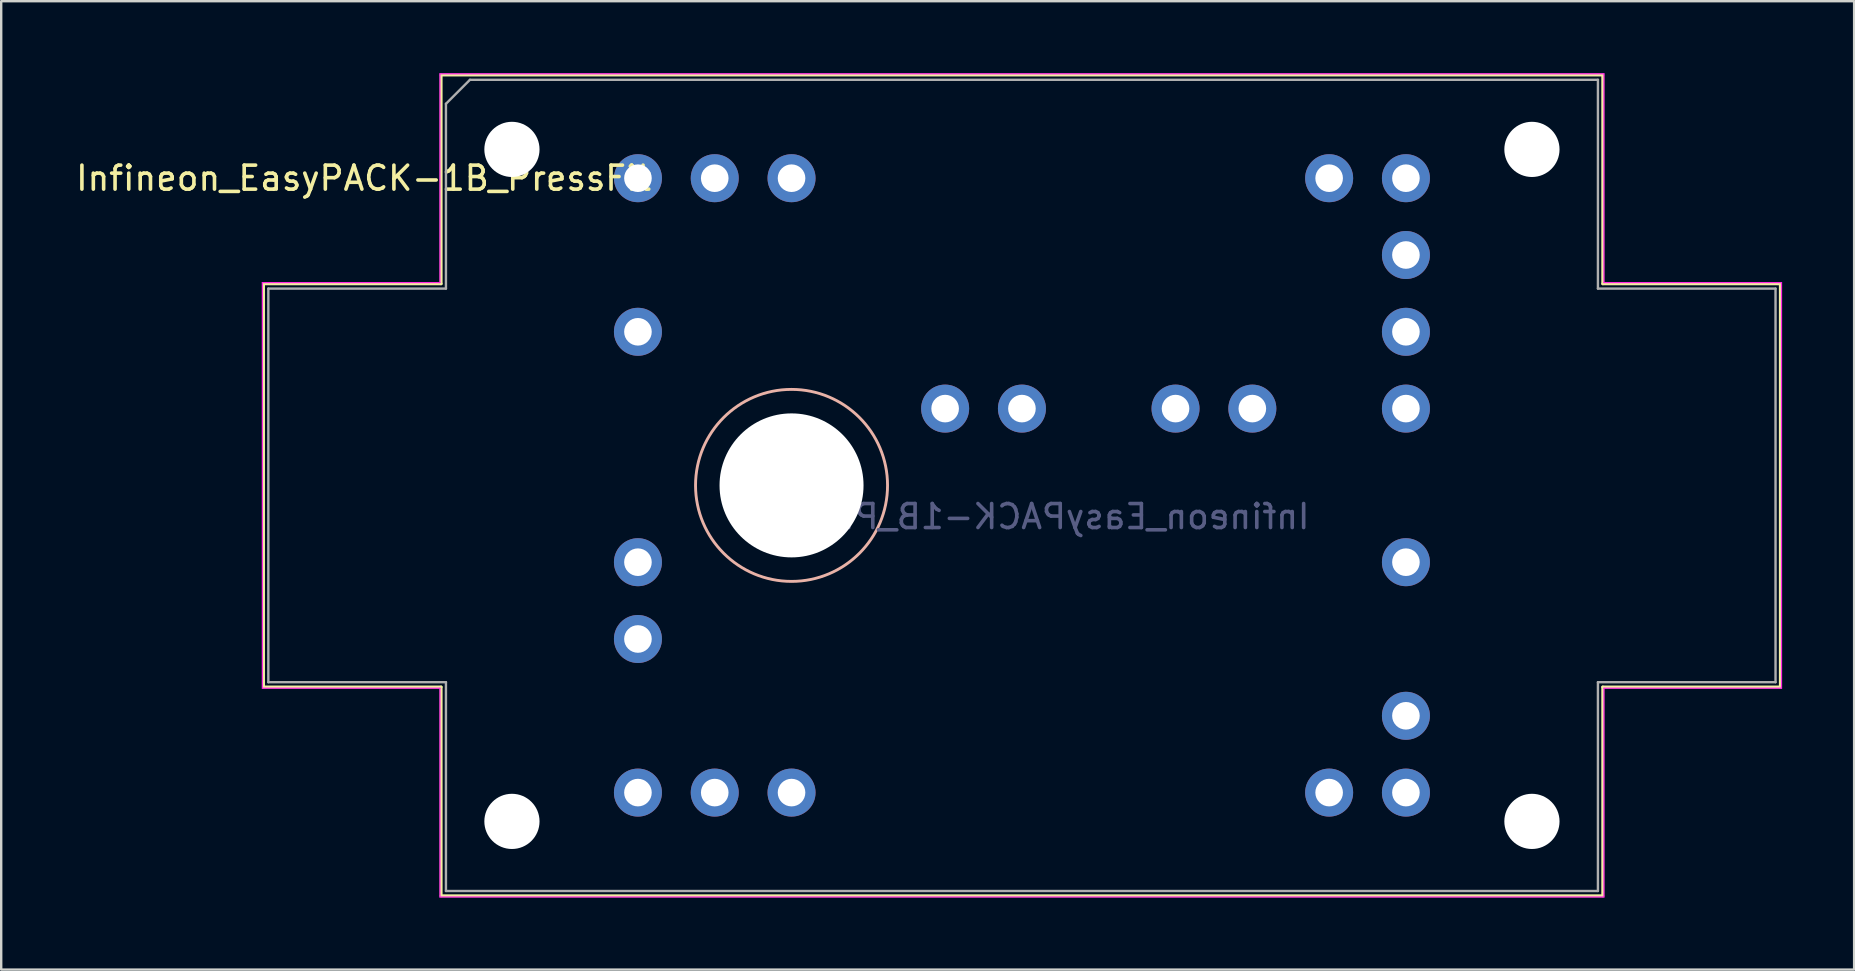
<source format=kicad_pcb>
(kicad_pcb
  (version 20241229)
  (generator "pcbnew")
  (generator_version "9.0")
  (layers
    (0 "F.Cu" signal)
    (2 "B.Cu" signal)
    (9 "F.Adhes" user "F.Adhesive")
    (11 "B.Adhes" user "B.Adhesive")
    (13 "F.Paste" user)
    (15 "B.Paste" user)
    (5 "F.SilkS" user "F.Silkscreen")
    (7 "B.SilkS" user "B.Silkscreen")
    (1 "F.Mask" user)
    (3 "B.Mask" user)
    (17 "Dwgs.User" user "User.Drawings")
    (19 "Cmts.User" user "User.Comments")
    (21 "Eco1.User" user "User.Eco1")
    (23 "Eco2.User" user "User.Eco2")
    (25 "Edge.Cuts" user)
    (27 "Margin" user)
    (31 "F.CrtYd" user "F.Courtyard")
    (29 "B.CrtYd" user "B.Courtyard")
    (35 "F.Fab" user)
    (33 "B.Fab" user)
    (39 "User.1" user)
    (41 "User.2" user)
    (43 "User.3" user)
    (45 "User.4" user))
  (footprint "Infineon_EasyPACK-1B_PressFit"
    (layer "F.Cu")
    (at 23.531 4.375)
    (property "Reference" "Infineon_EasyPACK-1B_PressFit" (at -11.43 0 0) (layer "F.SilkS") (effects (font (size 1 1) (thickness 0.15))))
    (attr through_hole)
    (fp_line (start -15.6 4.4) (end -8.2 4.4) (stroke (width 0.12) (type solid)) (layer "F.SilkS"))
    (fp_line (start -15.6 21.2) (end -15.6 4.4) (stroke (width 0.12) (type solid)) (layer "F.SilkS"))
    (fp_line (start -8.2 -4.3) (end 40.2 -4.3) (stroke (width 0.12) (type solid)) (layer "F.SilkS"))
    (fp_line (start -8.2 4.4) (end -8.2 -4.3) (stroke (width 0.12) (type solid)) (layer "F.SilkS"))
    (fp_line (start -8.2 21.2) (end -15.6 21.2) (stroke (width 0.12) (type solid)) (layer "F.SilkS"))
    (fp_line (start -8.2 29.9) (end -8.2 21.2) (stroke (width 0.12) (type solid)) (layer "F.SilkS"))
    (fp_line (start 40.2 -4.3) (end 40.2 4.4) (stroke (width 0.12) (type solid)) (layer "F.SilkS"))
    (fp_line (start 40.2 4.4) (end 47.6 4.4) (stroke (width 0.12) (type solid)) (layer "F.SilkS"))
    (fp_line (start 40.2 21.2) (end 40.2 29.9) (stroke (width 0.12) (type solid)) (layer "F.SilkS"))
    (fp_line (start 40.2 29.9) (end -8.2 29.9) (stroke (width 0.12) (type solid)) (layer "F.SilkS"))
    (fp_line (start 47.6 4.4) (end 47.6 21.2) (stroke (width 0.12) (type solid)) (layer "F.SilkS"))
    (fp_line (start 47.6 21.2) (end 40.2 21.2) (stroke (width 0.12) (type solid)) (layer "F.SilkS"))
    (fp_circle (center 6.4 12.8) (end 10.4 12.8) (stroke (width 0.12) (type solid)) (fill no) (layer "B.SilkS"))
    (fp_line (start -15.65 21.25) (end -15.65 4.35) (stroke (width 0.05) (type solid)) (layer "F.CrtYd"))
    (fp_line (start -8.25 -4.35) (end -8.25 4.35) (stroke (width 0.05) (type solid)) (layer "F.CrtYd"))
    (fp_line (start -8.25 4.35) (end -15.65 4.35) (stroke (width 0.05) (type solid)) (layer "F.CrtYd"))
    (fp_line (start -8.25 21.25) (end -15.65 21.25) (stroke (width 0.05) (type solid)) (layer "F.CrtYd"))
    (fp_line (start -8.25 29.95) (end -8.25 21.25) (stroke (width 0.05) (type solid)) (layer "F.CrtYd"))
    (fp_line (start -8.25 29.95) (end 40.25 29.95) (stroke (width 0.05) (type solid)) (layer "F.CrtYd"))
    (fp_line (start 40.25 -4.35) (end -8.25 -4.35) (stroke (width 0.05) (type solid)) (layer "F.CrtYd"))
    (fp_line (start 40.25 -4.35) (end 40.25 4.35) (stroke (width 0.05) (type solid)) (layer "F.CrtYd"))
    (fp_line (start 40.25 4.35) (end 47.65 4.35) (stroke (width 0.05) (type solid)) (layer "F.CrtYd"))
    (fp_line (start 40.25 21.25) (end 40.25 29.95) (stroke (width 0.05) (type solid)) (layer "F.CrtYd"))
    (fp_line (start 47.65 4.35) (end 47.65 21.25) (stroke (width 0.05) (type solid)) (layer "F.CrtYd"))
    (fp_line (start 47.65 21.25) (end 40.25 21.25) (stroke (width 0.05) (type solid)) (layer "F.CrtYd"))
    (fp_line (start -15.4 4.6) (end -8 4.6) (stroke (width 0.1) (type solid)) (layer "F.Fab"))
    (fp_line (start -15.4 21) (end -15.4 4.6) (stroke (width 0.1) (type solid)) (layer "F.Fab"))
    (fp_line (start -15.4 21) (end -8 21) (stroke (width 0.1) (type solid)) (layer "F.Fab"))
    (fp_line (start -8 4.6) (end -8 -3.1) (stroke (width 0.1) (type solid)) (layer "F.Fab"))
    (fp_line (start -8 21) (end -8 29.7) (stroke (width 0.1) (type solid)) (layer "F.Fab"))
    (fp_line (start -8 29.7) (end 40 29.7) (stroke (width 0.1) (type solid)) (layer "F.Fab"))
    (fp_line (start -7 -4.1) (end -8 -3.1) (stroke (width 0.1) (type solid)) (layer "F.Fab"))
    (fp_line (start 40 -4.1) (end -7 -4.1) (stroke (width 0.1) (type solid)) (layer "F.Fab"))
    (fp_line (start 40 4.6) (end 40 -4.1) (stroke (width 0.1) (type solid)) (layer "F.Fab"))
    (fp_line (start 40 21) (end 40 29.7) (stroke (width 0.1) (type solid)) (layer "F.Fab"))
    (fp_line (start 47.4 4.6) (end 40 4.6) (stroke (width 0.1) (type solid)) (layer "F.Fab"))
    (fp_line (start 47.4 21) (end 40 21) (stroke (width 0.1) (type solid)) (layer "F.Fab"))
    (fp_line (start 47.4 21) (end 47.4 4.6) (stroke (width 0.1) (type solid)) (layer "F.Fab"))
    (fp_text user "${REFERENCE}" (at 16 14.1 0) (layer "B.Fab") (effects (font (size 1 1) (thickness 0.15)) (justify mirror)))
    (pad "" np_thru_hole circle (at -5.25 -1.2 180) (size 2.3 2.3) (drill 2.3) (layers "*.Cu" "*.Mask"))
    (pad "" np_thru_hole circle (at -5.25 26.8 180) (size 2.3 2.3) (drill 2.3) (layers "*.Cu" "*.Mask"))
    (pad "" np_thru_hole circle (at 6.4 12.8 180) (size 6 6) (drill 6) (layers "*.Cu" "*.Mask"))
    (pad "" np_thru_hole circle (at 37.25 -1.2 180) (size 2.3 2.3) (drill 2.3) (layers "*.Cu" "*.Mask"))
    (pad "" np_thru_hole circle (at 37.25 26.8 180) (size 2.3 2.3) (drill 2.3) (layers "*.Cu" "*.Mask"))
    (pad "EU" thru_hole circle (at 32 0 180) (size 2 2) (drill 1.15) (layers "*.Cu" "*.Mask"))
    (pad "EU" thru_hole circle (at 32 3.2 180) (size 2 2) (drill 1.15) (layers "*.Cu" "*.Mask"))
    (pad "EV" thru_hole circle (at 32 6.4 180) (size 2 2) (drill 1.15) (layers "*.Cu" "*.Mask"))
    (pad "EV" thru_hole circle (at 32 9.6 180) (size 2 2) (drill 1.15) (layers "*.Cu" "*.Mask"))
    (pad "EW" thru_hole circle (at 32 22.4 180) (size 2 2) (drill 1.15) (layers "*.Cu" "*.Mask"))
    (pad "EW" thru_hole circle (at 32 25.6 180) (size 2 2) (drill 1.15) (layers "*.Cu" "*.Mask"))
    (pad "G1" thru_hole circle (at 0 0 180) (size 2 2) (drill 1.15) (layers "*.Cu" "*.Mask"))
    (pad "G2" thru_hole circle (at 28.8 0 180) (size 2 2) (drill 1.15) (layers "*.Cu" "*.Mask"))
    (pad "G3" thru_hole circle (at 0 6.4 180) (size 2 2) (drill 1.15) (layers "*.Cu" "*.Mask"))
    (pad "G4" thru_hole circle (at 32 16 180) (size 2 2) (drill 1.15) (layers "*.Cu" "*.Mask"))
    (pad "G5" thru_hole circle (at 0 25.6 180) (size 2 2) (drill 1.15) (layers "*.Cu" "*.Mask"))
    (pad "G6" thru_hole circle (at 28.8 25.6 180) (size 2 2) (drill 1.15) (layers "*.Cu" "*.Mask"))
    (pad "P" thru_hole circle (at 12.8 9.6 180) (size 2 2) (drill 1.15) (layers "*.Cu" "*.Mask"))
    (pad "P" thru_hole circle (at 16 9.6 180) (size 2 2) (drill 1.15) (layers "*.Cu" "*.Mask"))
    (pad "T1" thru_hole circle (at 22.4 9.6 180) (size 2 2) (drill 1.15) (layers "*.Cu" "*.Mask"))
    (pad "T2" thru_hole circle (at 25.6 9.6 180) (size 2 2) (drill 1.15) (layers "*.Cu" "*.Mask"))
    (pad "U" thru_hole circle (at 3.2 0 180) (size 2 2) (drill 1.15) (layers "*.Cu" "*.Mask"))
    (pad "U" thru_hole circle (at 6.4 0 180) (size 2 2) (drill 1.15) (layers "*.Cu" "*.Mask"))
    (pad "V" thru_hole circle (at 0 16 180) (size 2 2) (drill 1.15) (layers "*.Cu" "*.Mask"))
    (pad "V" thru_hole circle (at 0 19.2 180) (size 2 2) (drill 1.15) (layers "*.Cu" "*.Mask"))
    (pad "W" thru_hole circle (at 3.2 25.6 180) (size 2 2) (drill 1.15) (layers "*.Cu" "*.Mask"))
    (pad "W" thru_hole circle (at 6.4 25.6 180) (size 2 2) (drill 1.15) (layers "*.Cu" "*.Mask"))
    (zone (net_name "") (layers "F.Cu" "B.Cu") (name "MH") (hatch full 0.508) (connect_pads) (min_thickness 0.254) (filled_areas_thickness no) (keepout (tracks not_allowed) (vias not_allowed) (pads not_allowed) (copperpour not_allowed) (footprints not_allowed)) (placement (enabled no)) (fill) (polygon (pts (xy 17.776 17.175) (xy 17.757 17.606) (xy 17.698 18.033) (xy 17.601 18.454) (xy 17.466 18.864) (xy 17.295 19.259) (xy 17.089 19.638) (xy 16.849 19.997) (xy 16.577 20.332) (xy 16.276 20.641) (xy 15.949 20.922) (xy 15.597 21.172) (xy 15.224 21.389) (xy 14.833 21.571) (xy 14.427 21.717) (xy 14.01 21.826) (xy 13.584 21.897) (xy 13.154 21.928) (xy 12.723 21.921) (xy 12.294 21.874) (xy 11.871 21.789) (xy 11.457 21.666) (xy 11.057 21.505) (xy 10.672 21.31) (xy 10.307 21.08) (xy 9.965 20.818) (xy 9.647 20.526) (xy 9.357 20.206) (xy 9.098 19.861) (xy 8.87 19.495) (xy 8.677 19.109) (xy 8.52 18.707) (xy 8.399 18.293) (xy 8.317 17.87) (xy 8.274 17.44) (xy 8.269 17.009) (xy 8.304 16.579) (xy 8.377 16.154) (xy 8.489 15.737) (xy 8.638 15.332) (xy 8.823 14.943) (xy 9.042 14.571) (xy 9.295 14.221) (xy 9.578 13.896) (xy 9.889 13.597) (xy 10.226 13.328) (xy 10.586 13.091) (xy 10.967 12.887) (xy 11.364 12.718) (xy 11.774 12.586) (xy 12.195 12.492) (xy 12.623 12.437) (xy 13.054 12.42) (xy 13.485 12.443) (xy 13.912 12.504) (xy 14.332 12.604) (xy 14.741 12.742) (xy 15.135 12.916) (xy 15.513 13.125) (xy 15.87 13.367) (xy 16.203 13.641) (xy 16.51 13.944) (xy 16.789 14.274) (xy 17.036 14.627) (xy 17.25 15.001) (xy 17.43 15.394) (xy 17.573 15.801) (xy 17.679 16.219) (xy 17.747 16.645) (xy 17.775 17.075))))
    (zone (net_name "") (layers "F.Cu" "B.Cu") (name "MH") (hatch full 0.508) (connect_pads) (min_thickness 0.254) (filled_areas_thickness no) (keepout (tracks not_allowed) (vias not_allowed) (pads not_allowed) (copperpour not_allowed) (footprints not_allowed)) (placement (enabled no)) (fill) (polygon (pts (xy 70.776 17.175) (xy 70.757 17.606) (xy 70.698 18.033) (xy 70.601 18.454) (xy 70.466 18.864) (xy 70.295 19.259) (xy 70.089 19.638) (xy 69.849 19.997) (xy 69.577 20.332) (xy 69.276 20.641) (xy 68.949 20.922) (xy 68.597 21.172) (xy 68.224 21.389) (xy 67.833 21.571) (xy 67.427 21.717) (xy 67.01 21.826) (xy 66.584 21.897) (xy 66.154 21.928) (xy 65.723 21.921) (xy 65.294 21.874) (xy 64.871 21.789) (xy 64.457 21.666) (xy 64.057 21.505) (xy 63.672 21.31) (xy 63.307 21.08) (xy 62.965 20.818) (xy 62.647 20.526) (xy 62.357 20.206) (xy 62.098 19.861) (xy 61.87 19.495) (xy 61.677 19.109) (xy 61.52 18.707) (xy 61.399 18.293) (xy 61.317 17.87) (xy 61.274 17.44) (xy 61.269 17.009) (xy 61.304 16.579) (xy 61.377 16.154) (xy 61.489 15.737) (xy 61.638 15.332) (xy 61.823 14.943) (xy 62.042 14.571) (xy 62.295 14.221) (xy 62.578 13.896) (xy 62.889 13.597) (xy 63.226 13.328) (xy 63.586 13.091) (xy 63.967 12.887) (xy 64.364 12.718) (xy 64.774 12.586) (xy 65.195 12.492) (xy 65.623 12.437) (xy 66.054 12.42) (xy 66.485 12.443) (xy 66.912 12.504) (xy 67.332 12.604) (xy 67.741 12.742) (xy 68.135 12.916) (xy 68.513 13.125) (xy 68.87 13.367) (xy 69.203 13.641) (xy 69.51 13.944) (xy 69.789 14.274) (xy 70.036 14.627) (xy 70.25 15.001) (xy 70.43 15.394) (xy 70.573 15.801) (xy 70.679 16.219) (xy 70.747 16.645) (xy 70.775 17.075)))))
  (gr_rect
    (start -3 -3)
    (end 74.206 37.35)
    (stroke (width 0.1) (type default))
    (fill no)
    (layer "Edge.Cuts")))
</source>
